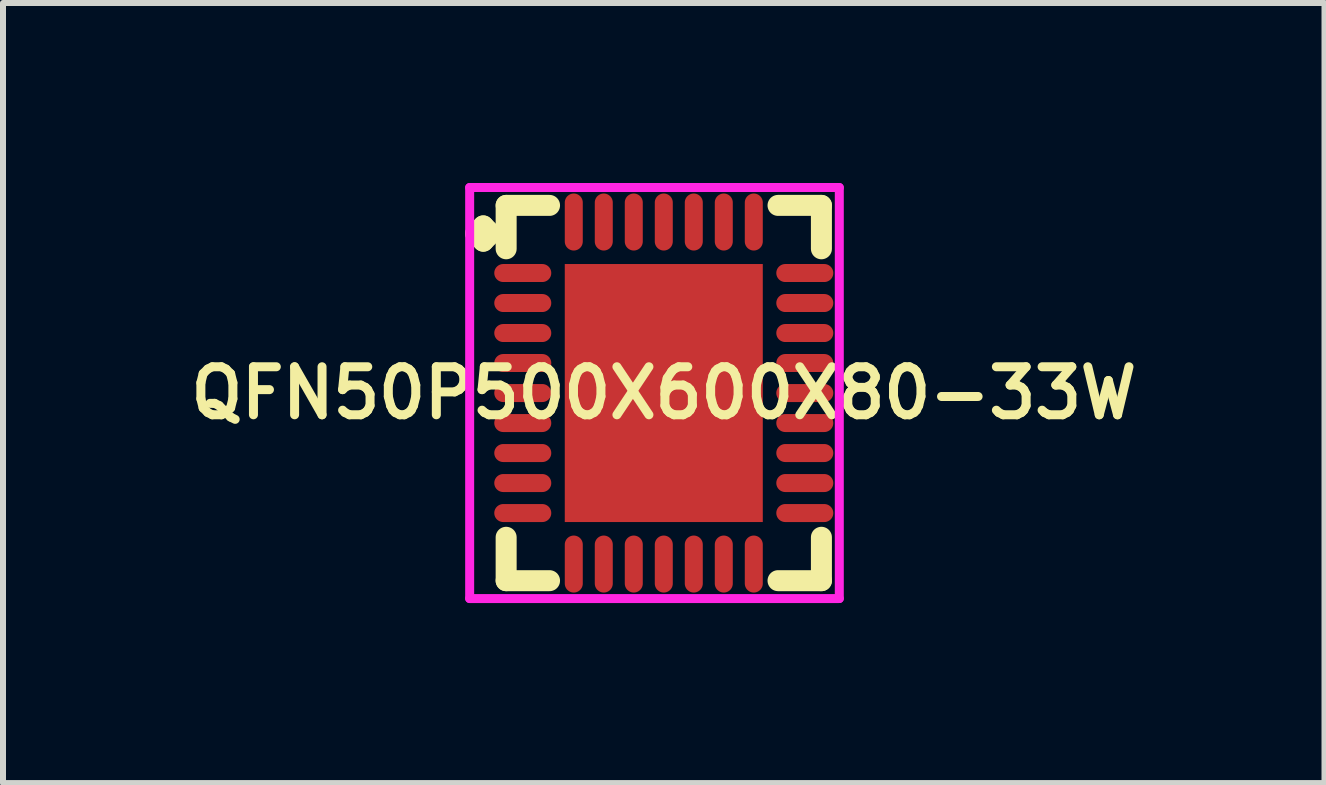
<source format=kicad_pcb>
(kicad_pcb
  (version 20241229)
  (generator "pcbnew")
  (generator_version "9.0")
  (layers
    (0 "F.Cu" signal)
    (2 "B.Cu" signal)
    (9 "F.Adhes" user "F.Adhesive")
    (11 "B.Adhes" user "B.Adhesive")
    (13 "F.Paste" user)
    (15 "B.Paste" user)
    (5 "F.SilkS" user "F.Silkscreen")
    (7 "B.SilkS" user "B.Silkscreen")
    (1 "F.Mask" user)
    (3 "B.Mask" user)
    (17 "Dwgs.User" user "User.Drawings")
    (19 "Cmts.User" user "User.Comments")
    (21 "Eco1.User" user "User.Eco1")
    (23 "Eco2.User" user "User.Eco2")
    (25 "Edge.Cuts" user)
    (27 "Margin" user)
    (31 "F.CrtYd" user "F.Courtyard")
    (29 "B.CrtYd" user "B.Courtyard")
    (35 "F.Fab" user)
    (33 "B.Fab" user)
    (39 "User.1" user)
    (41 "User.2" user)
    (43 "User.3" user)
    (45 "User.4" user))
  (footprint "QFN50P500X600X80-33W"
    (layer "F.Cu")
    (at 8.012 3.5)
    (property "Reference" "QFN50P500X600X80-33W" (at 0 0 0) (layer "F.SilkS") (effects (font (size 0.8 0.8) (thickness 0.15))))
    (attr smd)
    (fp_line (start -3.135 -2.658) (end -3.008 -2.785) (stroke (width 0.35) (type solid)) (layer "F.SilkS"))
    (fp_line (start -3.008 -2.785) (end -2.881 -2.658) (stroke (width 0.35) (type solid)) (layer "F.SilkS"))
    (fp_line (start -3.008 -2.531) (end -3.135 -2.658) (stroke (width 0.35) (type solid)) (layer "F.SilkS"))
    (fp_line (start -2.881 -2.658) (end -3.008 -2.531) (stroke (width 0.35) (type solid)) (layer "F.SilkS"))
    (fp_line (start -2.627 -3.127) (end -1.904 -3.127) (stroke (width 0.35) (type solid)) (layer "F.SilkS"))
    (fp_line (start -2.627 -2.404) (end -2.627 -3.127) (stroke (width 0.35) (type solid)) (layer "F.SilkS"))
    (fp_line (start -2.627 2.404) (end -2.627 3.127) (stroke (width 0.35) (type solid)) (layer "F.SilkS"))
    (fp_line (start -2.627 3.127) (end -1.904 3.127) (stroke (width 0.35) (type solid)) (layer "F.SilkS"))
    (fp_line (start 1.904 -3.127) (end 2.627 -3.127) (stroke (width 0.35) (type solid)) (layer "F.SilkS"))
    (fp_line (start 1.904 3.127) (end 2.627 3.127) (stroke (width 0.35) (type solid)) (layer "F.SilkS"))
    (fp_line (start 2.627 -3.127) (end 2.627 -2.404) (stroke (width 0.35) (type solid)) (layer "F.SilkS"))
    (fp_line (start 2.627 3.127) (end 2.627 2.404) (stroke (width 0.35) (type solid)) (layer "F.SilkS"))
    (fp_line (start -3.235 -3.425) (end 2.925 -3.425) (stroke (width 0.15) (type solid)) (layer "F.CrtYd"))
    (fp_line (start -3.235 3.425) (end -3.235 -3.425) (stroke (width 0.15) (type solid)) (layer "F.CrtYd"))
    (fp_line (start 2.925 -3.425) (end 2.925 3.425) (stroke (width 0.15) (type solid)) (layer "F.CrtYd"))
    (fp_line (start 2.925 3.425) (end -3.235 3.425) (stroke (width 0.15) (type solid)) (layer "F.CrtYd"))
    (pad "1" smd oval (at -2.35 -2) (size 0.95 0.3) (layers "F.Cu" "F.Mask" "F.Paste"))
    (pad "2" smd oval (at -2.35 -1.5) (size 0.95 0.3) (layers "F.Cu" "F.Mask" "F.Paste"))
    (pad "3" smd oval (at -2.35 -1) (size 0.95 0.3) (layers "F.Cu" "F.Mask" "F.Paste"))
    (pad "4" smd oval (at -2.35 -0.5) (size 0.95 0.3) (layers "F.Cu" "F.Mask" "F.Paste"))
    (pad "5" smd oval (at -2.35 0) (size 0.95 0.3) (layers "F.Cu" "F.Mask" "F.Paste"))
    (pad "6" smd oval (at -2.35 0.5) (size 0.95 0.3) (layers "F.Cu" "F.Mask" "F.Paste"))
    (pad "7" smd oval (at -2.35 1) (size 0.95 0.3) (layers "F.Cu" "F.Mask" "F.Paste"))
    (pad "8" smd oval (at -2.35 1.5) (size 0.95 0.3) (layers "F.Cu" "F.Mask" "F.Paste"))
    (pad "9" smd oval (at -2.35 2) (size 0.95 0.3) (layers "F.Cu" "F.Mask" "F.Paste"))
    (pad "10" smd oval (at -1.5 2.85) (size 0.3 0.95) (layers "F.Cu" "F.Mask" "F.Paste"))
    (pad "11" smd oval (at -1 2.85) (size 0.3 0.95) (layers "F.Cu" "F.Mask" "F.Paste"))
    (pad "12" smd oval (at -0.5 2.85) (size 0.3 0.95) (layers "F.Cu" "F.Mask" "F.Paste"))
    (pad "13" smd oval (at 0 2.85) (size 0.3 0.95) (layers "F.Cu" "F.Mask" "F.Paste"))
    (pad "14" smd oval (at 0.5 2.85) (size 0.3 0.95) (layers "F.Cu" "F.Mask" "F.Paste"))
    (pad "15" smd oval (at 1 2.85) (size 0.3 0.95) (layers "F.Cu" "F.Mask" "F.Paste"))
    (pad "16" smd oval (at 1.5 2.85) (size 0.3 0.95) (layers "F.Cu" "F.Mask" "F.Paste"))
    (pad "17" smd oval (at 2.35 2) (size 0.95 0.3) (layers "F.Cu" "F.Mask" "F.Paste"))
    (pad "18" smd oval (at 2.35 1.5) (size 0.95 0.3) (layers "F.Cu" "F.Mask" "F.Paste"))
    (pad "19" smd oval (at 2.35 1) (size 0.95 0.3) (layers "F.Cu" "F.Mask" "F.Paste"))
    (pad "20" smd oval (at 2.35 0.5) (size 0.95 0.3) (layers "F.Cu" "F.Mask" "F.Paste"))
    (pad "21" smd oval (at 2.35 0) (size 0.95 0.3) (layers "F.Cu" "F.Mask" "F.Paste"))
    (pad "22" smd oval (at 2.35 -0.5) (size 0.95 0.3) (layers "F.Cu" "F.Mask" "F.Paste"))
    (pad "23" smd oval (at 2.35 -1) (size 0.95 0.3) (layers "F.Cu" "F.Mask" "F.Paste"))
    (pad "24" smd oval (at 2.35 -1.5) (size 0.95 0.3) (layers "F.Cu" "F.Mask" "F.Paste"))
    (pad "25" smd oval (at 2.35 -2) (size 0.95 0.3) (layers "F.Cu" "F.Mask" "F.Paste"))
    (pad "26" smd oval (at 1.5 -2.85) (size 0.3 0.95) (layers "F.Cu" "F.Mask" "F.Paste"))
    (pad "27" smd oval (at 1 -2.85) (size 0.3 0.95) (layers "F.Cu" "F.Mask" "F.Paste"))
    (pad "28" smd oval (at 0.5 -2.85) (size 0.3 0.95) (layers "F.Cu" "F.Mask" "F.Paste"))
    (pad "29" smd oval (at 0 -2.85) (size 0.3 0.95) (layers "F.Cu" "F.Mask" "F.Paste"))
    (pad "30" smd oval (at -0.5 -2.85) (size 0.3 0.95) (layers "F.Cu" "F.Mask" "F.Paste"))
    (pad "31" smd oval (at -1 -2.85) (size 0.3 0.95) (layers "F.Cu" "F.Mask" "F.Paste"))
    (pad "32" smd oval (at -1.5 -2.85) (size 0.3 0.95) (layers "F.Cu" "F.Mask" "F.Paste"))
    (pad "33" smd rect (at 0 0) (size 3.3 4.3) (layers "F.Cu" "F.Mask" "F.Paste")))
  (gr_rect
    (start -3 -3)
    (end 19.023 10)
    (stroke (width 0.1) (type default))
    (fill no)
    (layer "Edge.Cuts")))
</source>
